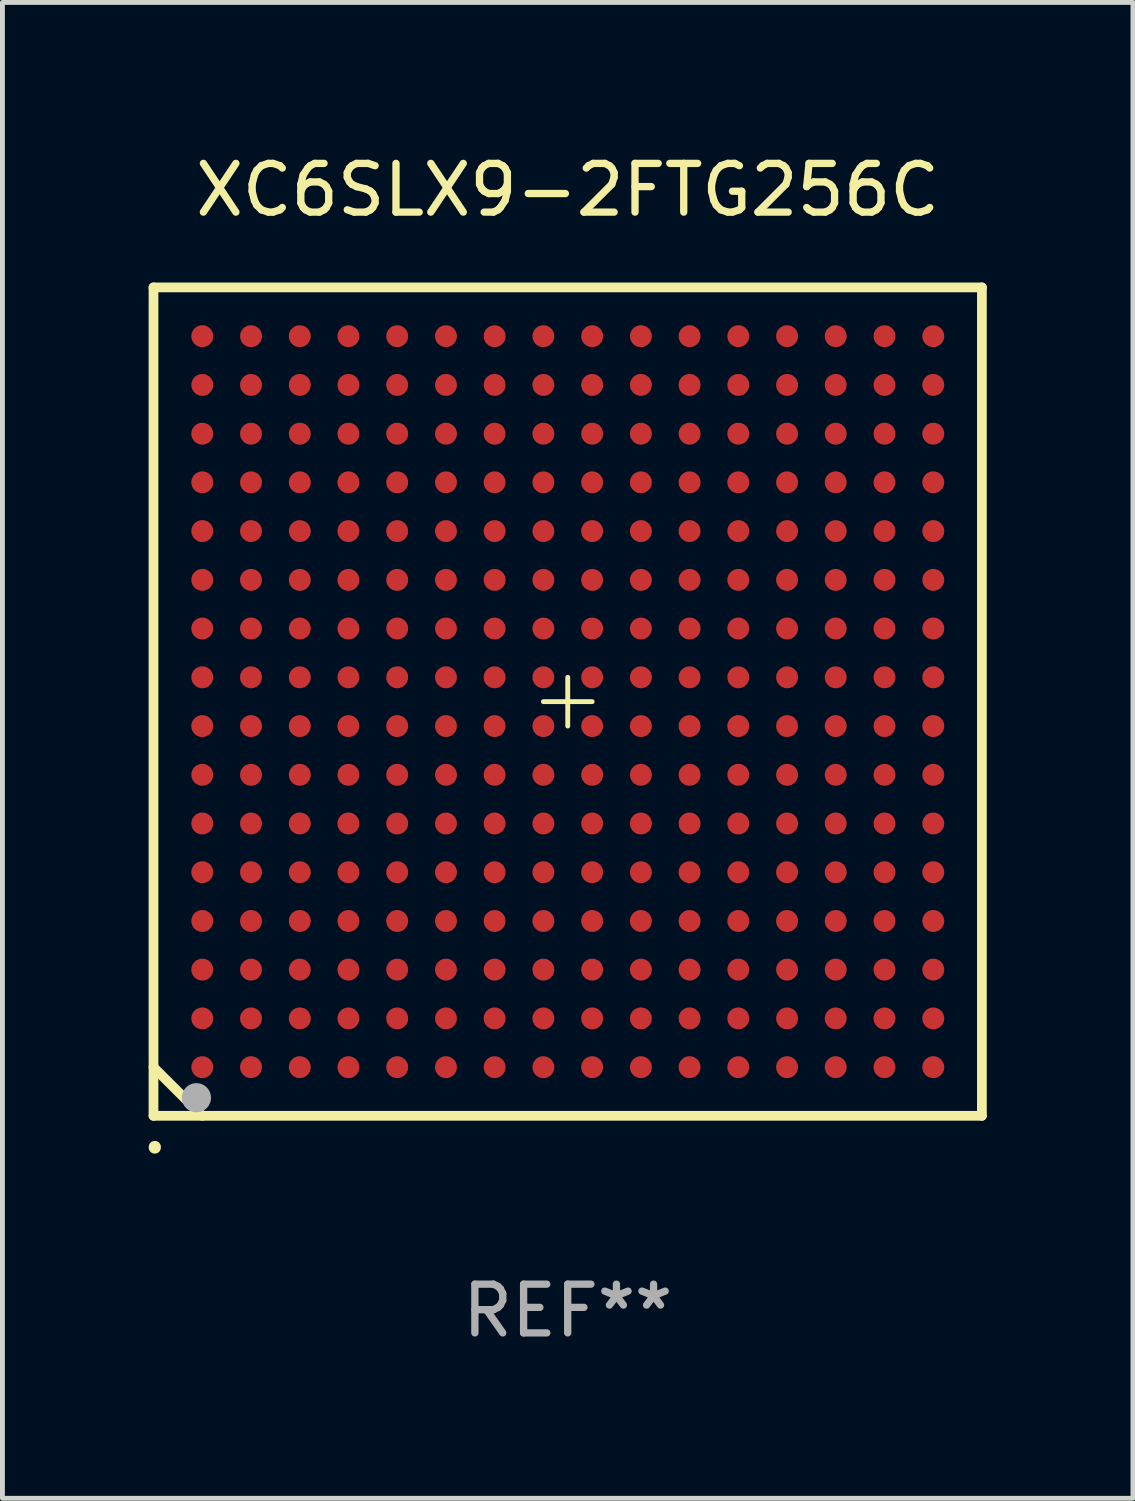
<source format=kicad_pcb>
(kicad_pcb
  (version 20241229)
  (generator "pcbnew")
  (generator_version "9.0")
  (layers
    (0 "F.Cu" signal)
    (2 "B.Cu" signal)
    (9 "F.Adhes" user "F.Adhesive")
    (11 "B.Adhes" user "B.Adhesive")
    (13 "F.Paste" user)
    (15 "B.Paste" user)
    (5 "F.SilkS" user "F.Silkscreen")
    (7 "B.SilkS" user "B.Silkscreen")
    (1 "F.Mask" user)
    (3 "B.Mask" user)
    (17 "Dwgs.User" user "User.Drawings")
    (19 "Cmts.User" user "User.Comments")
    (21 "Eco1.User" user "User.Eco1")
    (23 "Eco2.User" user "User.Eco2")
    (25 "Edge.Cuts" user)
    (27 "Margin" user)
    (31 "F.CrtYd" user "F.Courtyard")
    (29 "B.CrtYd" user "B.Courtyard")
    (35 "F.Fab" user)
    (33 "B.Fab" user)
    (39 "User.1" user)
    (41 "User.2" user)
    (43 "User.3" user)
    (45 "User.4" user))
  (footprint "XC6SLX9-2FTG256C"
    (layer "F.Cu")
    (at 8.6 11.348)
    (property "Reference" "XC6SLX9-2FTG256C" (at 0 -10.5 0) (layer "F.SilkS") (effects (font (size 1 1) (thickness 0.15))))
    (attr through_hole)
    (fp_line (start -8.5 -8.5) (end 8.5 -8.5) (stroke (width 0.1) (type solid)) (layer "F.SilkS"))
    (fp_line (start -8.5 -8.5) (end 8.5 -8.5) (stroke (width 0.2) (type solid)) (layer "F.SilkS"))
    (fp_line (start -8.5 8.5) (end -8.5 -8.5) (stroke (width 0.1) (type solid)) (layer "F.SilkS"))
    (fp_line (start -8.5 8.5) (end -8.5 -8.5) (stroke (width 0.2) (type solid)) (layer "F.SilkS"))
    (fp_line (start -7.499 8.5) (end -8.5 7.502) (stroke (width 0.2) (type solid)) (layer "F.SilkS"))
    (fp_line (start 0.001 -0.499) (end 0.001 0.502) (stroke (width 0.1) (type solid)) (layer "F.SilkS"))
    (fp_line (start 0.502 0.001) (end -0.499 0.001) (stroke (width 0.1) (type solid)) (layer "F.SilkS"))
    (fp_line (start 8.5 -8.5) (end 8.5 8.5) (stroke (width 0.1) (type solid)) (layer "F.SilkS"))
    (fp_line (start 8.5 -8.5) (end 8.5 8.5) (stroke (width 0.2) (type solid)) (layer "F.SilkS"))
    (fp_line (start 8.5 8.5) (end -8.5 8.5) (stroke (width 0.1) (type solid)) (layer "F.SilkS"))
    (fp_line (start 8.5 8.5) (end -8.5 8.5) (stroke (width 0.2) (type solid)) (layer "F.SilkS"))
    (fp_arc (start -8.473762 9.151283) (mid -8.473642 9.145727) (end -8.473254 9.140183) (stroke (width 0.249987) (type solid)) (layer "F.SilkS"))
    (fp_circle (center -8.499 8.501) (end -8.469 8.501) (stroke (width 0.06) (type solid)) (fill no) (layer "F.SilkS"))
    (fp_circle (center -7.619 8.129) (end -7.469 8.129) (stroke (width 0.3) (type solid)) (fill no) (layer "F.Fab"))
    (fp_text user "REF**" (at 0 12.5 0) (layer "F.Fab") (effects (font (size 1 1) (thickness 0.15))))
    (pad "A1" smd circle (at -7.499 7.502) (size 0.45 0.45) (layers "F.Cu" "F.Mask" "F.Paste"))
    (pad "A2" smd circle (at -7.499 6.501) (size 0.45 0.45) (layers "F.Cu" "F.Mask" "F.Paste"))
    (pad "A3" smd circle (at -7.499 5.5) (size 0.45 0.45) (layers "F.Cu" "F.Mask" "F.Paste"))
    (pad "A4" smd circle (at -7.499 4.502) (size 0.45 0.45) (layers "F.Cu" "F.Mask" "F.Paste"))
    (pad "A5" smd circle (at -7.499 3.501) (size 0.45 0.45) (layers "F.Cu" "F.Mask" "F.Paste"))
    (pad "A6" smd circle (at -7.499 2.501) (size 0.45 0.45) (layers "F.Cu" "F.Mask" "F.Paste"))
    (pad "A7" smd circle (at -7.499 1.502) (size 0.45 0.45) (layers "F.Cu" "F.Mask" "F.Paste"))
    (pad "A8" smd circle (at -7.499 0.502) (size 0.45 0.45) (layers "F.Cu" "F.Mask" "F.Paste"))
    (pad "A9" smd circle (at -7.499 -0.499) (size 0.45 0.45) (layers "F.Cu" "F.Mask" "F.Paste"))
    (pad "A10" smd circle (at -7.499 -1.5) (size 0.45 0.45) (layers "F.Cu" "F.Mask" "F.Paste"))
    (pad "A11" smd circle (at -7.499 -2.498) (size 0.45 0.45) (layers "F.Cu" "F.Mask" "F.Paste"))
    (pad "A12" smd circle (at -7.499 -3.499) (size 0.45 0.45) (layers "F.Cu" "F.Mask" "F.Paste"))
    (pad "A13" smd circle (at -7.499 -4.5) (size 0.45 0.45) (layers "F.Cu" "F.Mask" "F.Paste"))
    (pad "A14" smd circle (at -7.499 -5.498) (size 0.45 0.45) (layers "F.Cu" "F.Mask" "F.Paste"))
    (pad "A15" smd circle (at -7.499 -6.499) (size 0.45 0.45) (layers "F.Cu" "F.Mask" "F.Paste"))
    (pad "A16" smd circle (at -7.499 -7.499) (size 0.45 0.45) (layers "F.Cu" "F.Mask" "F.Paste"))
    (pad "B1" smd circle (at -6.499 7.502) (size 0.45 0.45) (layers "F.Cu" "F.Mask" "F.Paste"))
    (pad "B2" smd circle (at -6.499 6.501) (size 0.45 0.45) (layers "F.Cu" "F.Mask" "F.Paste"))
    (pad "B3" smd circle (at -6.499 5.5) (size 0.45 0.45) (layers "F.Cu" "F.Mask" "F.Paste"))
    (pad "B4" smd circle (at -6.499 4.502) (size 0.45 0.45) (layers "F.Cu" "F.Mask" "F.Paste"))
    (pad "B5" smd circle (at -6.499 3.501) (size 0.45 0.45) (layers "F.Cu" "F.Mask" "F.Paste"))
    (pad "B6" smd circle (at -6.499 2.501) (size 0.45 0.45) (layers "F.Cu" "F.Mask" "F.Paste"))
    (pad "B7" smd circle (at -6.499 1.502) (size 0.45 0.45) (layers "F.Cu" "F.Mask" "F.Paste"))
    (pad "B8" smd circle (at -6.499 0.502) (size 0.45 0.45) (layers "F.Cu" "F.Mask" "F.Paste"))
    (pad "B9" smd circle (at -6.499 -0.499) (size 0.45 0.45) (layers "F.Cu" "F.Mask" "F.Paste"))
    (pad "B10" smd circle (at -6.499 -1.5) (size 0.45 0.45) (layers "F.Cu" "F.Mask" "F.Paste"))
    (pad "B11" smd circle (at -6.499 -2.498) (size 0.45 0.45) (layers "F.Cu" "F.Mask" "F.Paste"))
    (pad "B12" smd circle (at -6.499 -3.499) (size 0.45 0.45) (layers "F.Cu" "F.Mask" "F.Paste"))
    (pad "B13" smd circle (at -6.499 -4.5) (size 0.45 0.45) (layers "F.Cu" "F.Mask" "F.Paste"))
    (pad "B14" smd circle (at -6.499 -5.498) (size 0.45 0.45) (layers "F.Cu" "F.Mask" "F.Paste"))
    (pad "B15" smd circle (at -6.499 -6.499) (size 0.45 0.45) (layers "F.Cu" "F.Mask" "F.Paste"))
    (pad "B16" smd circle (at -6.499 -7.499) (size 0.45 0.45) (layers "F.Cu" "F.Mask" "F.Paste"))
    (pad "C1" smd circle (at -5.498 7.502) (size 0.45 0.45) (layers "F.Cu" "F.Mask" "F.Paste"))
    (pad "C2" smd circle (at -5.498 6.501) (size 0.45 0.45) (layers "F.Cu" "F.Mask" "F.Paste"))
    (pad "C3" smd circle (at -5.498 5.5) (size 0.45 0.45) (layers "F.Cu" "F.Mask" "F.Paste"))
    (pad "C4" smd circle (at -5.498 4.502) (size 0.45 0.45) (layers "F.Cu" "F.Mask" "F.Paste"))
    (pad "C5" smd circle (at -5.498 3.501) (size 0.45 0.45) (layers "F.Cu" "F.Mask" "F.Paste"))
    (pad "C6" smd circle (at -5.498 2.501) (size 0.45 0.45) (layers "F.Cu" "F.Mask" "F.Paste"))
    (pad "C7" smd circle (at -5.498 1.502) (size 0.45 0.45) (layers "F.Cu" "F.Mask" "F.Paste"))
    (pad "C8" smd circle (at -5.498 0.502) (size 0.45 0.45) (layers "F.Cu" "F.Mask" "F.Paste"))
    (pad "C9" smd circle (at -5.498 -0.499) (size 0.45 0.45) (layers "F.Cu" "F.Mask" "F.Paste"))
    (pad "C10" smd circle (at -5.498 -1.5) (size 0.45 0.45) (layers "F.Cu" "F.Mask" "F.Paste"))
    (pad "C11" smd circle (at -5.498 -2.498) (size 0.45 0.45) (layers "F.Cu" "F.Mask" "F.Paste"))
    (pad "C12" smd circle (at -5.498 -3.499) (size 0.45 0.45) (layers "F.Cu" "F.Mask" "F.Paste"))
    (pad "C13" smd circle (at -5.498 -4.5) (size 0.45 0.45) (layers "F.Cu" "F.Mask" "F.Paste"))
    (pad "C14" smd circle (at -5.498 -5.498) (size 0.45 0.45) (layers "F.Cu" "F.Mask" "F.Paste"))
    (pad "C15" smd circle (at -5.498 -6.499) (size 0.45 0.45) (layers "F.Cu" "F.Mask" "F.Paste"))
    (pad "C16" smd circle (at -5.498 -7.499) (size 0.45 0.45) (layers "F.Cu" "F.Mask" "F.Paste"))
    (pad "D1" smd circle (at -4.5 7.502) (size 0.45 0.45) (layers "F.Cu" "F.Mask" "F.Paste"))
    (pad "D2" smd circle (at -4.5 6.501) (size 0.45 0.45) (layers "F.Cu" "F.Mask" "F.Paste"))
    (pad "D3" smd circle (at -4.5 5.5) (size 0.45 0.45) (layers "F.Cu" "F.Mask" "F.Paste"))
    (pad "D4" smd circle (at -4.5 4.502) (size 0.45 0.45) (layers "F.Cu" "F.Mask" "F.Paste"))
    (pad "D5" smd circle (at -4.5 3.501) (size 0.45 0.45) (layers "F.Cu" "F.Mask" "F.Paste"))
    (pad "D6" smd circle (at -4.5 2.501) (size 0.45 0.45) (layers "F.Cu" "F.Mask" "F.Paste"))
    (pad "D7" smd circle (at -4.5 1.502) (size 0.45 0.45) (layers "F.Cu" "F.Mask" "F.Paste"))
    (pad "D8" smd circle (at -4.5 0.502) (size 0.45 0.45) (layers "F.Cu" "F.Mask" "F.Paste"))
    (pad "D9" smd circle (at -4.5 -0.499) (size 0.45 0.45) (layers "F.Cu" "F.Mask" "F.Paste"))
    (pad "D10" smd circle (at -4.5 -1.5) (size 0.45 0.45) (layers "F.Cu" "F.Mask" "F.Paste"))
    (pad "D11" smd circle (at -4.5 -2.498) (size 0.45 0.45) (layers "F.Cu" "F.Mask" "F.Paste"))
    (pad "D12" smd circle (at -4.5 -3.499) (size 0.45 0.45) (layers "F.Cu" "F.Mask" "F.Paste"))
    (pad "D13" smd circle (at -4.5 -4.5) (size 0.45 0.45) (layers "F.Cu" "F.Mask" "F.Paste"))
    (pad "D14" smd circle (at -4.5 -5.498) (size 0.45 0.45) (layers "F.Cu" "F.Mask" "F.Paste"))
    (pad "D15" smd circle (at -4.5 -6.499) (size 0.45 0.45) (layers "F.Cu" "F.Mask" "F.Paste"))
    (pad "D16" smd circle (at -4.5 -7.499) (size 0.45 0.45) (layers "F.Cu" "F.Mask" "F.Paste"))
    (pad "E1" smd circle (at -3.499 7.502) (size 0.45 0.45) (layers "F.Cu" "F.Mask" "F.Paste"))
    (pad "E2" smd circle (at -3.499 6.501) (size 0.45 0.45) (layers "F.Cu" "F.Mask" "F.Paste"))
    (pad "E3" smd circle (at -3.499 5.5) (size 0.45 0.45) (layers "F.Cu" "F.Mask" "F.Paste"))
    (pad "E4" smd circle (at -3.499 4.502) (size 0.45 0.45) (layers "F.Cu" "F.Mask" "F.Paste"))
    (pad "E5" smd circle (at -3.499 3.501) (size 0.45 0.45) (layers "F.Cu" "F.Mask" "F.Paste"))
    (pad "E6" smd circle (at -3.499 2.501) (size 0.45 0.45) (layers "F.Cu" "F.Mask" "F.Paste"))
    (pad "E7" smd circle (at -3.499 1.502) (size 0.45 0.45) (layers "F.Cu" "F.Mask" "F.Paste"))
    (pad "E8" smd circle (at -3.499 0.502) (size 0.45 0.45) (layers "F.Cu" "F.Mask" "F.Paste"))
    (pad "E9" smd circle (at -3.499 -0.499) (size 0.45 0.45) (layers "F.Cu" "F.Mask" "F.Paste"))
    (pad "E10" smd circle (at -3.499 -1.5) (size 0.45 0.45) (layers "F.Cu" "F.Mask" "F.Paste"))
    (pad "E11" smd circle (at -3.499 -2.498) (size 0.45 0.45) (layers "F.Cu" "F.Mask" "F.Paste"))
    (pad "E12" smd circle (at -3.499 -3.499) (size 0.45 0.45) (layers "F.Cu" "F.Mask" "F.Paste"))
    (pad "E13" smd circle (at -3.499 -4.5) (size 0.45 0.45) (layers "F.Cu" "F.Mask" "F.Paste"))
    (pad "E14" smd circle (at -3.499 -5.498) (size 0.45 0.45) (layers "F.Cu" "F.Mask" "F.Paste"))
    (pad "E15" smd circle (at -3.499 -6.499) (size 0.45 0.45) (layers "F.Cu" "F.Mask" "F.Paste"))
    (pad "E16" smd circle (at -3.499 -7.499) (size 0.45 0.45) (layers "F.Cu" "F.Mask" "F.Paste"))
    (pad "F1" smd circle (at -2.498 7.502) (size 0.45 0.45) (layers "F.Cu" "F.Mask" "F.Paste"))
    (pad "F2" smd circle (at -2.498 6.501) (size 0.45 0.45) (layers "F.Cu" "F.Mask" "F.Paste"))
    (pad "F3" smd circle (at -2.498 5.5) (size 0.45 0.45) (layers "F.Cu" "F.Mask" "F.Paste"))
    (pad "F4" smd circle (at -2.498 4.502) (size 0.45 0.45) (layers "F.Cu" "F.Mask" "F.Paste"))
    (pad "F5" smd circle (at -2.498 3.501) (size 0.45 0.45) (layers "F.Cu" "F.Mask" "F.Paste"))
    (pad "F6" smd circle (at -2.498 2.501) (size 0.45 0.45) (layers "F.Cu" "F.Mask" "F.Paste"))
    (pad "F7" smd circle (at -2.498 1.502) (size 0.45 0.45) (layers "F.Cu" "F.Mask" "F.Paste"))
    (pad "F8" smd circle (at -2.498 0.502) (size 0.45 0.45) (layers "F.Cu" "F.Mask" "F.Paste"))
    (pad "F9" smd circle (at -2.498 -0.499) (size 0.45 0.45) (layers "F.Cu" "F.Mask" "F.Paste"))
    (pad "F10" smd circle (at -2.498 -1.5) (size 0.45 0.45) (layers "F.Cu" "F.Mask" "F.Paste"))
    (pad "F11" smd circle (at -2.498 -2.498) (size 0.45 0.45) (layers "F.Cu" "F.Mask" "F.Paste"))
    (pad "F12" smd circle (at -2.498 -3.499) (size 0.45 0.45) (layers "F.Cu" "F.Mask" "F.Paste"))
    (pad "F13" smd circle (at -2.498 -4.5) (size 0.45 0.45) (layers "F.Cu" "F.Mask" "F.Paste"))
    (pad "F14" smd circle (at -2.498 -5.498) (size 0.45 0.45) (layers "F.Cu" "F.Mask" "F.Paste"))
    (pad "F15" smd circle (at -2.498 -6.499) (size 0.45 0.45) (layers "F.Cu" "F.Mask" "F.Paste"))
    (pad "F16" smd circle (at -2.498 -7.499) (size 0.45 0.45) (layers "F.Cu" "F.Mask" "F.Paste"))
    (pad "G1" smd circle (at -1.5 7.502) (size 0.45 0.45) (layers "F.Cu" "F.Mask" "F.Paste"))
    (pad "G2" smd circle (at -1.5 6.501) (size 0.45 0.45) (layers "F.Cu" "F.Mask" "F.Paste"))
    (pad "G3" smd circle (at -1.5 5.5) (size 0.45 0.45) (layers "F.Cu" "F.Mask" "F.Paste"))
    (pad "G4" smd circle (at -1.5 4.502) (size 0.45 0.45) (layers "F.Cu" "F.Mask" "F.Paste"))
    (pad "G5" smd circle (at -1.5 3.501) (size 0.45 0.45) (layers "F.Cu" "F.Mask" "F.Paste"))
    (pad "G6" smd circle (at -1.5 2.501) (size 0.45 0.45) (layers "F.Cu" "F.Mask" "F.Paste"))
    (pad "G7" smd circle (at -1.5 1.502) (size 0.45 0.45) (layers "F.Cu" "F.Mask" "F.Paste"))
    (pad "G8" smd circle (at -1.5 0.502) (size 0.45 0.45) (layers "F.Cu" "F.Mask" "F.Paste"))
    (pad "G9" smd circle (at -1.5 -0.499) (size 0.45 0.45) (layers "F.Cu" "F.Mask" "F.Paste"))
    (pad "G10" smd circle (at -1.5 -1.5) (size 0.45 0.45) (layers "F.Cu" "F.Mask" "F.Paste"))
    (pad "G11" smd circle (at -1.5 -2.498) (size 0.45 0.45) (layers "F.Cu" "F.Mask" "F.Paste"))
    (pad "G12" smd circle (at -1.5 -3.499) (size 0.45 0.45) (layers "F.Cu" "F.Mask" "F.Paste"))
    (pad "G13" smd circle (at -1.5 -4.5) (size 0.45 0.45) (layers "F.Cu" "F.Mask" "F.Paste"))
    (pad "G14" smd circle (at -1.5 -5.498) (size 0.45 0.45) (layers "F.Cu" "F.Mask" "F.Paste"))
    (pad "G15" smd circle (at -1.5 -6.499) (size 0.45 0.45) (layers "F.Cu" "F.Mask" "F.Paste"))
    (pad "G16" smd circle (at -1.5 -7.499) (size 0.45 0.45) (layers "F.Cu" "F.Mask" "F.Paste"))
    (pad "H1" smd circle (at -0.499 7.502) (size 0.45 0.45) (layers "F.Cu" "F.Mask" "F.Paste"))
    (pad "H2" smd circle (at -0.499 6.501) (size 0.45 0.45) (layers "F.Cu" "F.Mask" "F.Paste"))
    (pad "H3" smd circle (at -0.499 5.5) (size 0.45 0.45) (layers "F.Cu" "F.Mask" "F.Paste"))
    (pad "H4" smd circle (at -0.499 4.502) (size 0.45 0.45) (layers "F.Cu" "F.Mask" "F.Paste"))
    (pad "H5" smd circle (at -0.499 3.501) (size 0.45 0.45) (layers "F.Cu" "F.Mask" "F.Paste"))
    (pad "H6" smd circle (at -0.499 2.501) (size 0.45 0.45) (layers "F.Cu" "F.Mask" "F.Paste"))
    (pad "H7" smd circle (at -0.499 1.502) (size 0.45 0.45) (layers "F.Cu" "F.Mask" "F.Paste"))
    (pad "H8" smd circle (at -0.499 0.502) (size 0.45 0.45) (layers "F.Cu" "F.Mask" "F.Paste"))
    (pad "H9" smd circle (at -0.499 -0.499) (size 0.45 0.45) (layers "F.Cu" "F.Mask" "F.Paste"))
    (pad "H10" smd circle (at -0.499 -1.5) (size 0.45 0.45) (layers "F.Cu" "F.Mask" "F.Paste"))
    (pad "H11" smd circle (at -0.499 -2.498) (size 0.45 0.45) (layers "F.Cu" "F.Mask" "F.Paste"))
    (pad "H12" smd circle (at -0.499 -3.499) (size 0.45 0.45) (layers "F.Cu" "F.Mask" "F.Paste"))
    (pad "H13" smd circle (at -0.499 -4.5) (size 0.45 0.45) (layers "F.Cu" "F.Mask" "F.Paste"))
    (pad "H14" smd circle (at -0.499 -5.498) (size 0.45 0.45) (layers "F.Cu" "F.Mask" "F.Paste"))
    (pad "H15" smd circle (at -0.499 -6.499) (size 0.45 0.45) (layers "F.Cu" "F.Mask" "F.Paste"))
    (pad "H16" smd circle (at -0.499 -7.499) (size 0.45 0.45) (layers "F.Cu" "F.Mask" "F.Paste"))
    (pad "J1" smd circle (at 0.502 7.502) (size 0.45 0.45) (layers "F.Cu" "F.Mask" "F.Paste"))
    (pad "J2" smd circle (at 0.502 6.501) (size 0.45 0.45) (layers "F.Cu" "F.Mask" "F.Paste"))
    (pad "J3" smd circle (at 0.502 5.5) (size 0.45 0.45) (layers "F.Cu" "F.Mask" "F.Paste"))
    (pad "J4" smd circle (at 0.502 4.502) (size 0.45 0.45) (layers "F.Cu" "F.Mask" "F.Paste"))
    (pad "J5" smd circle (at 0.502 3.501) (size 0.45 0.45) (layers "F.Cu" "F.Mask" "F.Paste"))
    (pad "J6" smd circle (at 0.502 2.501) (size 0.45 0.45) (layers "F.Cu" "F.Mask" "F.Paste"))
    (pad "J7" smd circle (at 0.502 1.502) (size 0.45 0.45) (layers "F.Cu" "F.Mask" "F.Paste"))
    (pad "J8" smd circle (at 0.502 0.502) (size 0.45 0.45) (layers "F.Cu" "F.Mask" "F.Paste"))
    (pad "J9" smd circle (at 0.502 -0.499) (size 0.45 0.45) (layers "F.Cu" "F.Mask" "F.Paste"))
    (pad "J10" smd circle (at 0.502 -1.5) (size 0.45 0.45) (layers "F.Cu" "F.Mask" "F.Paste"))
    (pad "J11" smd circle (at 0.502 -2.498) (size 0.45 0.45) (layers "F.Cu" "F.Mask" "F.Paste"))
    (pad "J12" smd circle (at 0.502 -3.499) (size 0.45 0.45) (layers "F.Cu" "F.Mask" "F.Paste"))
    (pad "J13" smd circle (at 0.502 -4.5) (size 0.45 0.45) (layers "F.Cu" "F.Mask" "F.Paste"))
    (pad "J14" smd circle (at 0.502 -5.498) (size 0.45 0.45) (layers "F.Cu" "F.Mask" "F.Paste"))
    (pad "J15" smd circle (at 0.502 -6.499) (size 0.45 0.45) (layers "F.Cu" "F.Mask" "F.Paste"))
    (pad "J16" smd circle (at 0.502 -7.499) (size 0.45 0.45) (layers "F.Cu" "F.Mask" "F.Paste"))
    (pad "K1" smd circle (at 1.502 7.502) (size 0.45 0.45) (layers "F.Cu" "F.Mask" "F.Paste"))
    (pad "K2" smd circle (at 1.502 6.501) (size 0.45 0.45) (layers "F.Cu" "F.Mask" "F.Paste"))
    (pad "K3" smd circle (at 1.502 5.5) (size 0.45 0.45) (layers "F.Cu" "F.Mask" "F.Paste"))
    (pad "K4" smd circle (at 1.502 4.502) (size 0.45 0.45) (layers "F.Cu" "F.Mask" "F.Paste"))
    (pad "K5" smd circle (at 1.502 3.501) (size 0.45 0.45) (layers "F.Cu" "F.Mask" "F.Paste"))
    (pad "K6" smd circle (at 1.502 2.501) (size 0.45 0.45) (layers "F.Cu" "F.Mask" "F.Paste"))
    (pad "K7" smd circle (at 1.502 1.502) (size 0.45 0.45) (layers "F.Cu" "F.Mask" "F.Paste"))
    (pad "K8" smd circle (at 1.502 0.502) (size 0.45 0.45) (layers "F.Cu" "F.Mask" "F.Paste"))
    (pad "K9" smd circle (at 1.502 -0.499) (size 0.45 0.45) (layers "F.Cu" "F.Mask" "F.Paste"))
    (pad "K10" smd circle (at 1.502 -1.5) (size 0.45 0.45) (layers "F.Cu" "F.Mask" "F.Paste"))
    (pad "K11" smd circle (at 1.502 -2.498) (size 0.45 0.45) (layers "F.Cu" "F.Mask" "F.Paste"))
    (pad "K12" smd circle (at 1.502 -3.499) (size 0.45 0.45) (layers "F.Cu" "F.Mask" "F.Paste"))
    (pad "K13" smd circle (at 1.502 -4.5) (size 0.45 0.45) (layers "F.Cu" "F.Mask" "F.Paste"))
    (pad "K14" smd circle (at 1.502 -5.498) (size 0.45 0.45) (layers "F.Cu" "F.Mask" "F.Paste"))
    (pad "K15" smd circle (at 1.502 -6.499) (size 0.45 0.45) (layers "F.Cu" "F.Mask" "F.Paste"))
    (pad "K16" smd circle (at 1.502 -7.499) (size 0.45 0.45) (layers "F.Cu" "F.Mask" "F.Paste"))
    (pad "L1" smd circle (at 2.501 7.502) (size 0.45 0.45) (layers "F.Cu" "F.Mask" "F.Paste"))
    (pad "L2" smd circle (at 2.501 6.501) (size 0.45 0.45) (layers "F.Cu" "F.Mask" "F.Paste"))
    (pad "L3" smd circle (at 2.501 5.5) (size 0.45 0.45) (layers "F.Cu" "F.Mask" "F.Paste"))
    (pad "L4" smd circle (at 2.501 4.502) (size 0.45 0.45) (layers "F.Cu" "F.Mask" "F.Paste"))
    (pad "L5" smd circle (at 2.501 3.501) (size 0.45 0.45) (layers "F.Cu" "F.Mask" "F.Paste"))
    (pad "L6" smd circle (at 2.501 2.501) (size 0.45 0.45) (layers "F.Cu" "F.Mask" "F.Paste"))
    (pad "L7" smd circle (at 2.501 1.502) (size 0.45 0.45) (layers "F.Cu" "F.Mask" "F.Paste"))
    (pad "L8" smd circle (at 2.501 0.502) (size 0.45 0.45) (layers "F.Cu" "F.Mask" "F.Paste"))
    (pad "L9" smd circle (at 2.501 -0.499) (size 0.45 0.45) (layers "F.Cu" "F.Mask" "F.Paste"))
    (pad "L10" smd circle (at 2.501 -1.5) (size 0.45 0.45) (layers "F.Cu" "F.Mask" "F.Paste"))
    (pad "L11" smd circle (at 2.501 -2.498) (size 0.45 0.45) (layers "F.Cu" "F.Mask" "F.Paste"))
    (pad "L12" smd circle (at 2.501 -3.499) (size 0.45 0.45) (layers "F.Cu" "F.Mask" "F.Paste"))
    (pad "L13" smd circle (at 2.501 -4.5) (size 0.45 0.45) (layers "F.Cu" "F.Mask" "F.Paste"))
    (pad "L14" smd circle (at 2.501 -5.498) (size 0.45 0.45) (layers "F.Cu" "F.Mask" "F.Paste"))
    (pad "L15" smd circle (at 2.501 -6.499) (size 0.45 0.45) (layers "F.Cu" "F.Mask" "F.Paste"))
    (pad "L16" smd circle (at 2.501 -7.499) (size 0.45 0.45) (layers "F.Cu" "F.Mask" "F.Paste"))
    (pad "M1" smd circle (at 3.501 7.502) (size 0.45 0.45) (layers "F.Cu" "F.Mask" "F.Paste"))
    (pad "M2" smd circle (at 3.501 6.501) (size 0.45 0.45) (layers "F.Cu" "F.Mask" "F.Paste"))
    (pad "M3" smd circle (at 3.501 5.5) (size 0.45 0.45) (layers "F.Cu" "F.Mask" "F.Paste"))
    (pad "M4" smd circle (at 3.501 4.502) (size 0.45 0.45) (layers "F.Cu" "F.Mask" "F.Paste"))
    (pad "M5" smd circle (at 3.501 3.501) (size 0.45 0.45) (layers "F.Cu" "F.Mask" "F.Paste"))
    (pad "M6" smd circle (at 3.501 2.501) (size 0.45 0.45) (layers "F.Cu" "F.Mask" "F.Paste"))
    (pad "M7" smd circle (at 3.501 1.502) (size 0.45 0.45) (layers "F.Cu" "F.Mask" "F.Paste"))
    (pad "M8" smd circle (at 3.501 0.502) (size 0.45 0.45) (layers "F.Cu" "F.Mask" "F.Paste"))
    (pad "M9" smd circle (at 3.501 -0.499) (size 0.45 0.45) (layers "F.Cu" "F.Mask" "F.Paste"))
    (pad "M10" smd circle (at 3.501 -1.5) (size 0.45 0.45) (layers "F.Cu" "F.Mask" "F.Paste"))
    (pad "M11" smd circle (at 3.501 -2.498) (size 0.45 0.45) (layers "F.Cu" "F.Mask" "F.Paste"))
    (pad "M12" smd circle (at 3.501 -3.499) (size 0.45 0.45) (layers "F.Cu" "F.Mask" "F.Paste"))
    (pad "M13" smd circle (at 3.501 -4.5) (size 0.45 0.45) (layers "F.Cu" "F.Mask" "F.Paste"))
    (pad "M14" smd circle (at 3.501 -5.498) (size 0.45 0.45) (layers "F.Cu" "F.Mask" "F.Paste"))
    (pad "M15" smd circle (at 3.501 -6.499) (size 0.45 0.45) (layers "F.Cu" "F.Mask" "F.Paste"))
    (pad "M16" smd circle (at 3.501 -7.499) (size 0.45 0.45) (layers "F.Cu" "F.Mask" "F.Paste"))
    (pad "N1" smd circle (at 4.502 7.502) (size 0.45 0.45) (layers "F.Cu" "F.Mask" "F.Paste"))
    (pad "N2" smd circle (at 4.502 6.501) (size 0.45 0.45) (layers "F.Cu" "F.Mask" "F.Paste"))
    (pad "N3" smd circle (at 4.502 5.5) (size 0.45 0.45) (layers "F.Cu" "F.Mask" "F.Paste"))
    (pad "N4" smd circle (at 4.502 4.502) (size 0.45 0.45) (layers "F.Cu" "F.Mask" "F.Paste"))
    (pad "N5" smd circle (at 4.502 3.501) (size 0.45 0.45) (layers "F.Cu" "F.Mask" "F.Paste"))
    (pad "N6" smd circle (at 4.502 2.501) (size 0.45 0.45) (layers "F.Cu" "F.Mask" "F.Paste"))
    (pad "N7" smd circle (at 4.502 1.502) (size 0.45 0.45) (layers "F.Cu" "F.Mask" "F.Paste"))
    (pad "N8" smd circle (at 4.502 0.502) (size 0.45 0.45) (layers "F.Cu" "F.Mask" "F.Paste"))
    (pad "N9" smd circle (at 4.502 -0.499) (size 0.45 0.45) (layers "F.Cu" "F.Mask" "F.Paste"))
    (pad "N10" smd circle (at 4.502 -1.5) (size 0.45 0.45) (layers "F.Cu" "F.Mask" "F.Paste"))
    (pad "N11" smd circle (at 4.502 -2.498) (size 0.45 0.45) (layers "F.Cu" "F.Mask" "F.Paste"))
    (pad "N12" smd circle (at 4.502 -3.499) (size 0.45 0.45) (layers "F.Cu" "F.Mask" "F.Paste"))
    (pad "N13" smd circle (at 4.502 -4.5) (size 0.45 0.45) (layers "F.Cu" "F.Mask" "F.Paste"))
    (pad "N14" smd circle (at 4.502 -5.498) (size 0.45 0.45) (layers "F.Cu" "F.Mask" "F.Paste"))
    (pad "N15" smd circle (at 4.502 -6.499) (size 0.45 0.45) (layers "F.Cu" "F.Mask" "F.Paste"))
    (pad "N16" smd circle (at 4.502 -7.499) (size 0.45 0.45) (layers "F.Cu" "F.Mask" "F.Paste"))
    (pad "P1" smd circle (at 5.5 7.502) (size 0.45 0.45) (layers "F.Cu" "F.Mask" "F.Paste"))
    (pad "P2" smd circle (at 5.5 6.501) (size 0.45 0.45) (layers "F.Cu" "F.Mask" "F.Paste"))
    (pad "P3" smd circle (at 5.5 5.5) (size 0.45 0.45) (layers "F.Cu" "F.Mask" "F.Paste"))
    (pad "P4" smd circle (at 5.5 4.502) (size 0.45 0.45) (layers "F.Cu" "F.Mask" "F.Paste"))
    (pad "P5" smd circle (at 5.5 3.501) (size 0.45 0.45) (layers "F.Cu" "F.Mask" "F.Paste"))
    (pad "P6" smd circle (at 5.5 2.501) (size 0.45 0.45) (layers "F.Cu" "F.Mask" "F.Paste"))
    (pad "P7" smd circle (at 5.5 1.502) (size 0.45 0.45) (layers "F.Cu" "F.Mask" "F.Paste"))
    (pad "P8" smd circle (at 5.5 0.502) (size 0.45 0.45) (layers "F.Cu" "F.Mask" "F.Paste"))
    (pad "P9" smd circle (at 5.5 -0.499) (size 0.45 0.45) (layers "F.Cu" "F.Mask" "F.Paste"))
    (pad "P10" smd circle (at 5.5 -1.5) (size 0.45 0.45) (layers "F.Cu" "F.Mask" "F.Paste"))
    (pad "P11" smd circle (at 5.5 -2.498) (size 0.45 0.45) (layers "F.Cu" "F.Mask" "F.Paste"))
    (pad "P12" smd circle (at 5.5 -3.499) (size 0.45 0.45) (layers "F.Cu" "F.Mask" "F.Paste"))
    (pad "P13" smd circle (at 5.5 -4.5) (size 0.45 0.45) (layers "F.Cu" "F.Mask" "F.Paste"))
    (pad "P14" smd circle (at 5.5 -5.498) (size 0.45 0.45) (layers "F.Cu" "F.Mask" "F.Paste"))
    (pad "P15" smd circle (at 5.5 -6.499) (size 0.45 0.45) (layers "F.Cu" "F.Mask" "F.Paste"))
    (pad "P16" smd circle (at 5.5 -7.499) (size 0.45 0.45) (layers "F.Cu" "F.Mask" "F.Paste"))
    (pad "R1" smd circle (at 6.501 7.502) (size 0.45 0.45) (layers "F.Cu" "F.Mask" "F.Paste"))
    (pad "R2" smd circle (at 6.501 6.501) (size 0.45 0.45) (layers "F.Cu" "F.Mask" "F.Paste"))
    (pad "R3" smd circle (at 6.501 5.5) (size 0.45 0.45) (layers "F.Cu" "F.Mask" "F.Paste"))
    (pad "R4" smd circle (at 6.501 4.502) (size 0.45 0.45) (layers "F.Cu" "F.Mask" "F.Paste"))
    (pad "R5" smd circle (at 6.501 3.501) (size 0.45 0.45) (layers "F.Cu" "F.Mask" "F.Paste"))
    (pad "R6" smd circle (at 6.501 2.501) (size 0.45 0.45) (layers "F.Cu" "F.Mask" "F.Paste"))
    (pad "R7" smd circle (at 6.501 1.502) (size 0.45 0.45) (layers "F.Cu" "F.Mask" "F.Paste"))
    (pad "R8" smd circle (at 6.501 0.502) (size 0.45 0.45) (layers "F.Cu" "F.Mask" "F.Paste"))
    (pad "R9" smd circle (at 6.501 -0.499) (size 0.45 0.45) (layers "F.Cu" "F.Mask" "F.Paste"))
    (pad "R10" smd circle (at 6.501 -1.5) (size 0.45 0.45) (layers "F.Cu" "F.Mask" "F.Paste"))
    (pad "R11" smd circle (at 6.501 -2.498) (size 0.45 0.45) (layers "F.Cu" "F.Mask" "F.Paste"))
    (pad "R12" smd circle (at 6.501 -3.499) (size 0.45 0.45) (layers "F.Cu" "F.Mask" "F.Paste"))
    (pad "R13" smd circle (at 6.501 -4.5) (size 0.45 0.45) (layers "F.Cu" "F.Mask" "F.Paste"))
    (pad "R14" smd circle (at 6.501 -5.498) (size 0.45 0.45) (layers "F.Cu" "F.Mask" "F.Paste"))
    (pad "R15" smd circle (at 6.501 -6.499) (size 0.45 0.45) (layers "F.Cu" "F.Mask" "F.Paste"))
    (pad "R16" smd circle (at 6.501 -7.499) (size 0.45 0.45) (layers "F.Cu" "F.Mask" "F.Paste"))
    (pad "T1" smd circle (at 7.502 7.502) (size 0.45 0.45) (layers "F.Cu" "F.Mask" "F.Paste"))
    (pad "T2" smd circle (at 7.502 6.501) (size 0.45 0.45) (layers "F.Cu" "F.Mask" "F.Paste"))
    (pad "T3" smd circle (at 7.502 5.5) (size 0.45 0.45) (layers "F.Cu" "F.Mask" "F.Paste"))
    (pad "T4" smd circle (at 7.502 4.502) (size 0.45 0.45) (layers "F.Cu" "F.Mask" "F.Paste"))
    (pad "T5" smd circle (at 7.502 3.501) (size 0.45 0.45) (layers "F.Cu" "F.Mask" "F.Paste"))
    (pad "T6" smd circle (at 7.502 2.501) (size 0.45 0.45) (layers "F.Cu" "F.Mask" "F.Paste"))
    (pad "T7" smd circle (at 7.502 1.502) (size 0.45 0.45) (layers "F.Cu" "F.Mask" "F.Paste"))
    (pad "T8" smd circle (at 7.502 0.502) (size 0.45 0.45) (layers "F.Cu" "F.Mask" "F.Paste"))
    (pad "T9" smd circle (at 7.502 -0.499) (size 0.45 0.45) (layers "F.Cu" "F.Mask" "F.Paste"))
    (pad "T10" smd circle (at 7.502 -1.5) (size 0.45 0.45) (layers "F.Cu" "F.Mask" "F.Paste"))
    (pad "T11" smd circle (at 7.502 -2.498) (size 0.45 0.45) (layers "F.Cu" "F.Mask" "F.Paste"))
    (pad "T12" smd circle (at 7.502 -3.499) (size 0.45 0.45) (layers "F.Cu" "F.Mask" "F.Paste"))
    (pad "T13" smd circle (at 7.502 -4.5) (size 0.45 0.45) (layers "F.Cu" "F.Mask" "F.Paste"))
    (pad "T14" smd circle (at 7.502 -5.498) (size 0.45 0.45) (layers "F.Cu" "F.Mask" "F.Paste"))
    (pad "T15" smd circle (at 7.502 -6.499) (size 0.45 0.45) (layers "F.Cu" "F.Mask" "F.Paste"))
    (pad "T16" smd circle (at 7.502 -7.499) (size 0.45 0.45) (layers "F.Cu" "F.Mask" "F.Paste")))
  (gr_rect
    (start -3 -3)
    (end 20.2 27.697)
    (stroke (width 0.1) (type default))
    (fill no)
    (layer "Edge.Cuts")))
</source>
